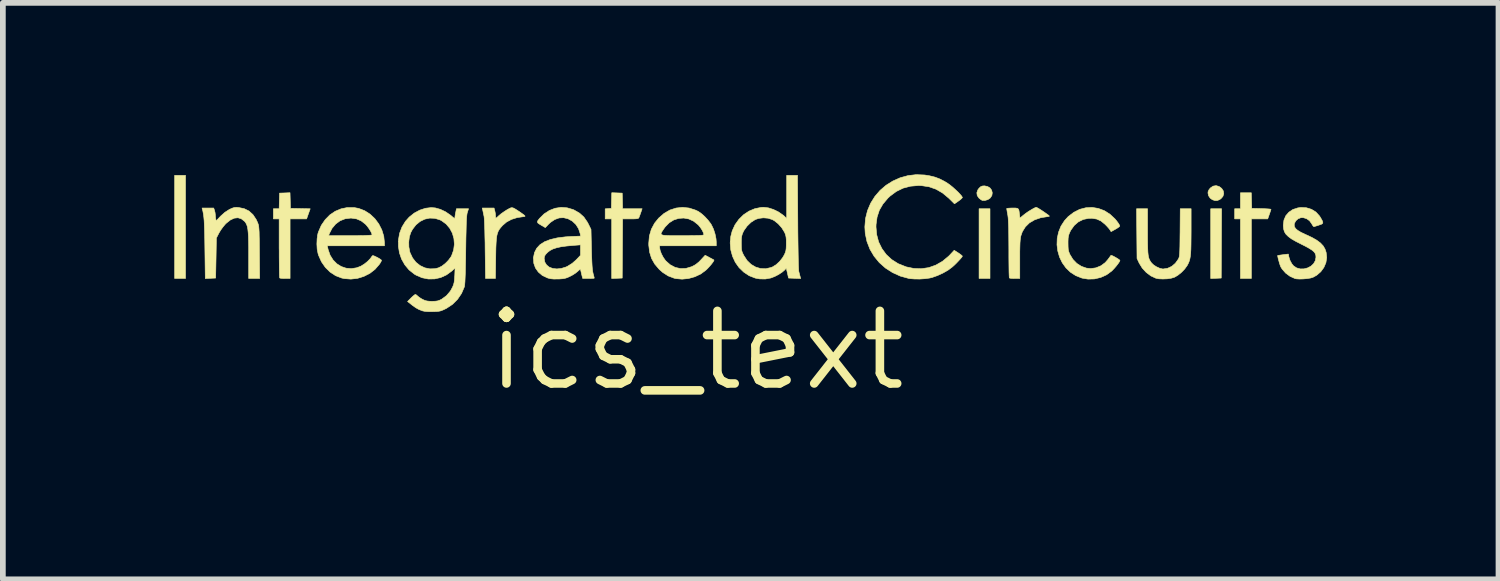
<source format=kicad_pcb>
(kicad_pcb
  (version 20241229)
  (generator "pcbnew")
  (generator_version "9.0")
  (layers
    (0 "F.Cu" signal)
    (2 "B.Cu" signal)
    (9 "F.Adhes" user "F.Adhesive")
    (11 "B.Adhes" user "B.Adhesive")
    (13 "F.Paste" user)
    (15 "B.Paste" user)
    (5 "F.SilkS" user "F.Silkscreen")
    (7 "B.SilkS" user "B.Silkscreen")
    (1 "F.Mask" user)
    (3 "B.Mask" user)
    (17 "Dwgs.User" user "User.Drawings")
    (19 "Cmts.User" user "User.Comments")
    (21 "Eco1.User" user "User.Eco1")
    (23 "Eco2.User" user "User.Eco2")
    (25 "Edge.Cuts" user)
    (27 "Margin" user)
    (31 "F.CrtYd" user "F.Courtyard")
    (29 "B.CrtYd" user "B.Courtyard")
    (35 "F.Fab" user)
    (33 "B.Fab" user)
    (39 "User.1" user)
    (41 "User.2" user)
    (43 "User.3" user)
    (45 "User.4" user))
  (footprint "ics_text"
    (layer "F.Cu")
    (at 9.136 3.078)
    (property "Reference" "ics_text" (at 0 0 0) (layer "F.SilkS") (effects (font (size 1.27 1.27) (thickness 0.15))))
    (attr through_hole)
    (fp_poly (pts (xy -8.941 -1.257) (xy -9.131 -1.257) (xy -9.131 -3.061) (xy -8.941 -3.061) (xy -8.941 -1.257)) (stroke (width 0.01) (type solid)) (fill yes) (layer "F.SilkS"))
    (fp_poly (pts (xy 5.131 -1.257) (xy 4.94 -1.257) (xy 4.94 -2.477) (xy 5.131 -2.477) (xy 5.131 -1.257)) (stroke (width 0.01) (type solid)) (fill yes) (layer "F.SilkS"))
    (fp_poly (pts (xy 9.176 -1.264) (xy 8.992 -1.256) (xy 8.992 -2.477) (xy 9.182 -2.477) (xy 9.176 -1.264)) (stroke (width 0.01) (type solid)) (fill yes) (layer "F.SilkS"))
    (fp_poly (pts (xy 9.139 -2.866) (xy 9.184 -2.832) (xy 9.213 -2.787) (xy 9.22 -2.739) (xy 9.205 -2.692) (xy 9.17 -2.652) (xy 9.144 -2.635) (xy 9.103 -2.619) (xy 9.064 -2.62) (xy 9.02 -2.635) (xy 8.982 -2.663) (xy 8.954 -2.705) (xy 8.944 -2.752) (xy 8.946 -2.775) (xy 8.961 -2.808) (xy 8.985 -2.839) (xy 9.033 -2.872) (xy 9.086 -2.881) (xy 9.139 -2.866)) (stroke (width 0.01) (type solid)) (fill yes) (layer "F.SilkS"))
    (fp_poly (pts (xy 9.709 -2.483) (xy 9.877 -2.479) (xy 9.939 -2.477) (xy 9.991 -2.474) (xy 10.028 -2.471) (xy 10.045 -2.467) (xy 10.046 -2.467) (xy 10.042 -2.451) (xy 10.031 -2.418) (xy 10.017 -2.378) (xy 9.989 -2.299) (xy 9.703 -2.299) (xy 9.703 -1.257) (xy 9.512 -1.257) (xy 9.512 -2.299) (xy 9.411 -2.299) (xy 9.411 -2.477) (xy 9.512 -2.477) (xy 9.512 -2.756) (xy 9.702 -2.756) (xy 9.709 -2.483)) (stroke (width 0.01) (type solid)) (fill yes) (layer "F.SilkS"))
    (fp_poly (pts (xy -1.302 -2.75) (xy -1.298 -2.613) (xy -1.295 -2.477) (xy -0.954 -2.477) (xy -0.977 -2.41) (xy -0.992 -2.368) (xy -1.005 -2.334) (xy -1.01 -2.321) (xy -1.017 -2.311) (xy -1.032 -2.305) (xy -1.058 -2.301) (xy -1.102 -2.299) (xy -1.157 -2.299) (xy -1.295 -2.299) (xy -1.302 -1.264) (xy -1.486 -1.256) (xy -1.486 -2.299) (xy -1.6 -2.299) (xy -1.6 -2.475) (xy -1.492 -2.483) (xy -1.485 -2.757) (xy -1.302 -2.75)) (stroke (width 0.01) (type solid)) (fill yes) (layer "F.SilkS"))
    (fp_poly (pts (xy 5.088 -2.866) (xy 5.131 -2.84) (xy 5.16 -2.801) (xy 5.171 -2.755) (xy 5.164 -2.708) (xy 5.135 -2.665) (xy 5.133 -2.663) (xy 5.093 -2.636) (xy 5.045 -2.622) (xy 5.002 -2.621) (xy 4.991 -2.625) (xy 4.969 -2.638) (xy 4.941 -2.661) (xy 4.937 -2.665) (xy 4.908 -2.707) (xy 4.901 -2.756) (xy 4.918 -2.806) (xy 4.939 -2.835) (xy 4.968 -2.862) (xy 4.997 -2.874) (xy 5.034 -2.877) (xy 5.088 -2.866)) (stroke (width 0.01) (type solid)) (fill yes) (layer "F.SilkS"))
    (fp_poly (pts (xy -7.109 -2.62) (xy -7.106 -2.483) (xy -6.76 -2.476) (xy -6.792 -2.387) (xy -6.823 -2.299) (xy -7.112 -2.299) (xy -7.112 -1.257) (xy -7.199 -1.257) (xy -7.244 -1.258) (xy -7.278 -1.261) (xy -7.294 -1.266) (xy -7.294 -1.266) (xy -7.296 -1.28) (xy -7.298 -1.317) (xy -7.299 -1.373) (xy -7.3 -1.447) (xy -7.301 -1.536) (xy -7.302 -1.636) (xy -7.302 -1.745) (xy -7.303 -1.786) (xy -7.303 -2.299) (xy -7.404 -2.299) (xy -7.404 -2.477) (xy -7.303 -2.477) (xy -7.296 -2.75) (xy -7.205 -2.753) (xy -7.113 -2.757) (xy -7.109 -2.62)) (stroke (width 0.01) (type solid)) (fill yes) (layer "F.SilkS"))
    (fp_poly (pts (xy -3.202 -2.488) (xy -3.168 -2.469) (xy -3.12 -2.438) (xy -3.097 -2.423) (xy -3.048 -2.388) (xy -3.017 -2.365) (xy -3.003 -2.351) (xy -3.002 -2.344) (xy -3.014 -2.34) (xy -3.018 -2.34) (xy -3.139 -2.322) (xy -3.241 -2.29) (xy -3.326 -2.244) (xy -3.397 -2.183) (xy -3.4 -2.179) (xy -3.429 -2.146) (xy -3.453 -2.115) (xy -3.471 -2.083) (xy -3.485 -2.046) (xy -3.496 -2.002) (xy -3.503 -1.947) (xy -3.508 -1.877) (xy -3.512 -1.791) (xy -3.514 -1.684) (xy -3.515 -1.616) (xy -3.52 -1.257) (xy -3.693 -1.257) (xy -3.7 -1.768) (xy -3.701 -1.883) (xy -3.704 -1.991) (xy -3.706 -2.091) (xy -3.709 -2.179) (xy -3.712 -2.251) (xy -3.715 -2.305) (xy -3.718 -2.338) (xy -3.719 -2.343) (xy -3.729 -2.39) (xy -3.738 -2.434) (xy -3.741 -2.448) (xy -3.75 -2.489) (xy -3.544 -2.489) (xy -3.531 -2.442) (xy -3.522 -2.398) (xy -3.518 -2.355) (xy -3.518 -2.353) (xy -3.516 -2.325) (xy -3.513 -2.312) (xy -3.512 -2.311) (xy -3.501 -2.319) (xy -3.477 -2.339) (xy -3.465 -2.351) (xy -3.425 -2.385) (xy -3.376 -2.42) (xy -3.326 -2.453) (xy -3.28 -2.479) (xy -3.247 -2.494) (xy -3.245 -2.494) (xy -3.226 -2.495) (xy -3.202 -2.488)) (stroke (width 0.01) (type solid)) (fill yes) (layer "F.SilkS"))
    (fp_poly (pts (xy 7.887 -2.078) (xy 7.887 -1.957) (xy 7.888 -1.859) (xy 7.89 -1.78) (xy 7.893 -1.717) (xy 7.898 -1.668) (xy 7.905 -1.629) (xy 7.915 -1.598) (xy 7.928 -1.571) (xy 7.944 -1.546) (xy 7.958 -1.527) (xy 7.996 -1.491) (xy 8.047 -1.459) (xy 8.103 -1.434) (xy 8.153 -1.423) (xy 8.16 -1.423) (xy 8.237 -1.435) (xy 8.311 -1.469) (xy 8.374 -1.523) (xy 8.424 -1.593) (xy 8.432 -1.608) (xy 8.438 -1.624) (xy 8.443 -1.644) (xy 8.446 -1.67) (xy 8.449 -1.706) (xy 8.451 -1.755) (xy 8.453 -1.818) (xy 8.454 -1.9) (xy 8.455 -2.003) (xy 8.456 -2.061) (xy 8.459 -2.477) (xy 8.649 -2.477) (xy 8.649 -2.079) (xy 8.648 -1.953) (xy 8.647 -1.849) (xy 8.645 -1.765) (xy 8.641 -1.697) (xy 8.635 -1.642) (xy 8.627 -1.597) (xy 8.616 -1.559) (xy 8.602 -1.525) (xy 8.585 -1.492) (xy 8.578 -1.48) (xy 8.536 -1.422) (xy 8.48 -1.364) (xy 8.418 -1.314) (xy 8.359 -1.279) (xy 8.359 -1.279) (xy 8.303 -1.262) (xy 8.232 -1.251) (xy 8.155 -1.248) (xy 8.084 -1.251) (xy 8.031 -1.262) (xy 7.945 -1.302) (xy 7.864 -1.363) (xy 7.794 -1.439) (xy 7.74 -1.527) (xy 7.737 -1.534) (xy 7.703 -1.607) (xy 7.695 -2.477) (xy 7.887 -2.477) (xy 7.887 -2.078)) (stroke (width 0.01) (type solid)) (fill yes) (layer "F.SilkS"))
    (fp_poly (pts (xy 5.956 -2.495) (xy 5.988 -2.477) (xy 6.032 -2.449) (xy 6.071 -2.423) (xy 6.121 -2.388) (xy 6.153 -2.365) (xy 6.168 -2.351) (xy 6.168 -2.344) (xy 6.157 -2.341) (xy 6.145 -2.34) (xy 6.02 -2.32) (xy 5.912 -2.283) (xy 5.821 -2.23) (xy 5.75 -2.16) (xy 5.697 -2.075) (xy 5.671 -2.001) (xy 5.665 -1.97) (xy 5.66 -1.93) (xy 5.656 -1.879) (xy 5.654 -1.814) (xy 5.652 -1.73) (xy 5.652 -1.625) (xy 5.652 -1.591) (xy 5.652 -1.257) (xy 5.565 -1.257) (xy 5.52 -1.258) (xy 5.486 -1.261) (xy 5.469 -1.266) (xy 5.469 -1.266) (xy 5.468 -1.28) (xy 5.466 -1.317) (xy 5.464 -1.373) (xy 5.463 -1.447) (xy 5.462 -1.535) (xy 5.461 -1.634) (xy 5.461 -1.743) (xy 5.461 -1.771) (xy 5.46 -1.911) (xy 5.459 -2.028) (xy 5.458 -2.125) (xy 5.455 -2.204) (xy 5.452 -2.267) (xy 5.449 -2.317) (xy 5.444 -2.356) (xy 5.442 -2.369) (xy 5.433 -2.417) (xy 5.427 -2.455) (xy 5.423 -2.477) (xy 5.423 -2.48) (xy 5.435 -2.484) (xy 5.466 -2.487) (xy 5.51 -2.489) (xy 5.523 -2.489) (xy 5.576 -2.489) (xy 5.61 -2.484) (xy 5.629 -2.47) (xy 5.639 -2.441) (xy 5.645 -2.394) (xy 5.647 -2.381) (xy 5.655 -2.313) (xy 5.713 -2.362) (xy 5.754 -2.394) (xy 5.801 -2.427) (xy 5.85 -2.457) (xy 5.893 -2.482) (xy 5.926 -2.498) (xy 5.939 -2.502) (xy 5.956 -2.495)) (stroke (width 0.01) (type solid)) (fill yes) (layer "F.SilkS"))
    (fp_poly (pts (xy -8.012 -2.498) (xy -7.915 -2.478) (xy -7.831 -2.437) (xy -7.761 -2.373) (xy -7.705 -2.289) (xy -7.682 -2.239) (xy -7.674 -2.219) (xy -7.667 -2.199) (xy -7.662 -2.177) (xy -7.659 -2.15) (xy -7.656 -2.114) (xy -7.653 -2.068) (xy -7.652 -2.007) (xy -7.65 -1.93) (xy -7.649 -1.833) (xy -7.648 -1.714) (xy -7.648 -1.711) (xy -7.644 -1.257) (xy -7.836 -1.257) (xy -7.836 -1.666) (xy -7.836 -1.797) (xy -7.838 -1.905) (xy -7.84 -1.993) (xy -7.845 -2.063) (xy -7.851 -2.119) (xy -7.859 -2.163) (xy -7.871 -2.198) (xy -7.885 -2.226) (xy -7.902 -2.25) (xy -7.912 -2.26) (xy -7.965 -2.301) (xy -8.024 -2.319) (xy -8.088 -2.312) (xy -8.155 -2.281) (xy -8.224 -2.227) (xy -8.243 -2.209) (xy -8.285 -2.159) (xy -8.327 -2.101) (xy -8.357 -2.05) (xy -8.401 -1.964) (xy -8.407 -1.614) (xy -8.414 -1.264) (xy -8.504 -1.26) (xy -8.595 -1.256) (xy -8.602 -1.774) (xy -8.604 -1.913) (xy -8.606 -2.028) (xy -8.609 -2.124) (xy -8.612 -2.203) (xy -8.615 -2.268) (xy -8.62 -2.322) (xy -8.625 -2.366) (xy -8.632 -2.406) (xy -8.639 -2.442) (xy -8.643 -2.454) (xy -8.651 -2.489) (xy -8.448 -2.489) (xy -8.434 -2.449) (xy -8.424 -2.409) (xy -8.42 -2.375) (xy -8.417 -2.335) (xy -8.413 -2.303) (xy -8.405 -2.265) (xy -8.328 -2.346) (xy -8.252 -2.414) (xy -8.174 -2.464) (xy -8.17 -2.466) (xy -8.123 -2.487) (xy -8.088 -2.498) (xy -8.051 -2.501) (xy -8.012 -2.498)) (stroke (width 0.01) (type solid)) (fill yes) (layer "F.SilkS"))
    (fp_poly (pts (xy 7.026 -2.482) (xy 7.131 -2.443) (xy 7.229 -2.381) (xy 7.319 -2.297) (xy 7.347 -2.263) (xy 7.375 -2.225) (xy 7.394 -2.194) (xy 7.401 -2.175) (xy 7.401 -2.174) (xy 7.389 -2.16) (xy 7.36 -2.139) (xy 7.323 -2.117) (xy 7.249 -2.076) (xy 7.229 -2.108) (xy 7.21 -2.133) (xy 7.179 -2.168) (xy 7.143 -2.205) (xy 7.073 -2.262) (xy 6.999 -2.296) (xy 6.916 -2.31) (xy 6.859 -2.309) (xy 6.764 -2.29) (xy 6.678 -2.248) (xy 6.605 -2.185) (xy 6.546 -2.103) (xy 6.53 -2.072) (xy 6.514 -2.034) (xy 6.504 -2) (xy 6.498 -1.96) (xy 6.496 -1.907) (xy 6.496 -1.873) (xy 6.497 -1.811) (xy 6.5 -1.765) (xy 6.508 -1.729) (xy 6.521 -1.694) (xy 6.53 -1.675) (xy 6.582 -1.59) (xy 6.65 -1.52) (xy 6.73 -1.469) (xy 6.818 -1.438) (xy 6.892 -1.43) (xy 6.984 -1.443) (xy 7.07 -1.478) (xy 7.146 -1.534) (xy 7.191 -1.585) (xy 7.218 -1.621) (xy 7.238 -1.649) (xy 7.247 -1.661) (xy 7.247 -1.661) (xy 7.259 -1.66) (xy 7.286 -1.648) (xy 7.32 -1.63) (xy 7.356 -1.609) (xy 7.385 -1.59) (xy 7.402 -1.576) (xy 7.404 -1.573) (xy 7.396 -1.552) (xy 7.374 -1.519) (xy 7.343 -1.478) (xy 7.307 -1.436) (xy 7.27 -1.397) (xy 7.26 -1.387) (xy 7.17 -1.321) (xy 7.068 -1.275) (xy 6.958 -1.249) (xy 6.846 -1.246) (xy 6.742 -1.263) (xy 6.634 -1.305) (xy 6.539 -1.366) (xy 6.46 -1.442) (xy 6.396 -1.531) (xy 6.348 -1.63) (xy 6.317 -1.737) (xy 6.303 -1.847) (xy 6.307 -1.958) (xy 6.331 -2.068) (xy 6.373 -2.173) (xy 6.436 -2.27) (xy 6.5 -2.34) (xy 6.597 -2.414) (xy 6.7 -2.466) (xy 6.808 -2.494) (xy 6.918 -2.5) (xy 7.026 -2.482)) (stroke (width 0.01) (type solid)) (fill yes) (layer "F.SilkS"))
    (fp_poly (pts (xy -5.995 -2.498) (xy -5.911 -2.482) (xy -5.807 -2.442) (xy -5.713 -2.382) (xy -5.629 -2.303) (xy -5.56 -2.21) (xy -5.507 -2.106) (xy -5.473 -1.995) (xy -5.461 -1.88) (xy -5.461 -1.878) (xy -5.461 -1.829) (xy -6.462 -1.829) (xy -6.446 -1.762) (xy -6.412 -1.664) (xy -6.36 -1.581) (xy -6.294 -1.514) (xy -6.217 -1.466) (xy -6.132 -1.437) (xy -6.041 -1.429) (xy -5.947 -1.444) (xy -5.876 -1.471) (xy -5.815 -1.508) (xy -5.756 -1.555) (xy -5.707 -1.606) (xy -5.681 -1.643) (xy -5.673 -1.654) (xy -5.66 -1.657) (xy -5.639 -1.65) (xy -5.601 -1.632) (xy -5.59 -1.627) (xy -5.551 -1.605) (xy -5.523 -1.586) (xy -5.512 -1.574) (xy -5.512 -1.574) (xy -5.519 -1.556) (xy -5.536 -1.526) (xy -5.55 -1.505) (xy -5.625 -1.418) (xy -5.716 -1.347) (xy -5.82 -1.294) (xy -5.932 -1.259) (xy -6.048 -1.246) (xy -6.164 -1.255) (xy -6.21 -1.265) (xy -6.316 -1.306) (xy -6.412 -1.369) (xy -6.495 -1.451) (xy -6.563 -1.549) (xy -6.613 -1.661) (xy -6.622 -1.689) (xy -6.638 -1.768) (xy -6.643 -1.86) (xy -6.639 -1.953) (xy -6.631 -2.007) (xy -6.439 -2.007) (xy -6.058 -2.007) (xy -5.932 -2.007) (xy -5.831 -2.008) (xy -5.755 -2.011) (xy -5.705 -2.014) (xy -5.68 -2.018) (xy -5.677 -2.02) (xy -5.685 -2.048) (xy -5.705 -2.088) (xy -5.734 -2.133) (xy -5.766 -2.176) (xy -5.793 -2.206) (xy -5.869 -2.265) (xy -5.951 -2.3) (xy -6.043 -2.313) (xy -6.052 -2.313) (xy -6.149 -2.301) (xy -6.238 -2.266) (xy -6.314 -2.21) (xy -6.378 -2.134) (xy -6.419 -2.054) (xy -6.439 -2.007) (xy -6.631 -2.007) (xy -6.626 -2.038) (xy -6.616 -2.071) (xy -6.566 -2.186) (xy -6.498 -2.285) (xy -6.417 -2.368) (xy -6.323 -2.432) (xy -6.22 -2.475) (xy -6.11 -2.498) (xy -5.995 -2.498)) (stroke (width 0.01) (type solid)) (fill yes) (layer "F.SilkS"))
    (fp_poly (pts (xy 3.988 -3.067) (xy 4.074 -3.053) (xy 4.168 -3.03) (xy 4.252 -2.998) (xy 4.336 -2.955) (xy 4.388 -2.923) (xy 4.429 -2.894) (xy 4.475 -2.857) (xy 4.523 -2.814) (xy 4.569 -2.771) (xy 4.607 -2.731) (xy 4.635 -2.698) (xy 4.648 -2.676) (xy 4.648 -2.674) (xy 4.638 -2.659) (xy 4.613 -2.636) (xy 4.579 -2.611) (xy 4.51 -2.563) (xy 4.412 -2.66) (xy 4.303 -2.751) (xy 4.188 -2.818) (xy 4.065 -2.861) (xy 3.932 -2.881) (xy 3.88 -2.883) (xy 3.74 -2.871) (xy 3.611 -2.837) (xy 3.492 -2.779) (xy 3.383 -2.698) (xy 3.345 -2.662) (xy 3.258 -2.559) (xy 3.195 -2.45) (xy 3.156 -2.331) (xy 3.138 -2.2) (xy 3.137 -2.158) (xy 3.149 -2.023) (xy 3.183 -1.896) (xy 3.24 -1.78) (xy 3.316 -1.676) (xy 3.411 -1.588) (xy 3.523 -1.517) (xy 3.532 -1.513) (xy 3.665 -1.46) (xy 3.799 -1.432) (xy 3.932 -1.428) (xy 4.061 -1.447) (xy 4.184 -1.491) (xy 4.3 -1.557) (xy 4.407 -1.646) (xy 4.426 -1.665) (xy 4.505 -1.75) (xy 4.577 -1.704) (xy 4.613 -1.679) (xy 4.638 -1.659) (xy 4.648 -1.648) (xy 4.64 -1.632) (xy 4.617 -1.604) (xy 4.583 -1.567) (xy 4.544 -1.526) (xy 4.503 -1.486) (xy 4.47 -1.457) (xy 4.398 -1.403) (xy 4.309 -1.352) (xy 4.213 -1.308) (xy 4.12 -1.275) (xy 4.074 -1.264) (xy 3.993 -1.253) (xy 3.903 -1.247) (xy 3.812 -1.248) (xy 3.733 -1.254) (xy 3.709 -1.258) (xy 3.561 -1.299) (xy 3.425 -1.361) (xy 3.302 -1.44) (xy 3.194 -1.536) (xy 3.103 -1.647) (xy 3.031 -1.769) (xy 2.979 -1.903) (xy 2.949 -2.044) (xy 2.942 -2.159) (xy 2.954 -2.306) (xy 2.989 -2.445) (xy 3.044 -2.574) (xy 3.118 -2.692) (xy 3.208 -2.797) (xy 3.313 -2.887) (xy 3.431 -2.961) (xy 3.559 -3.018) (xy 3.696 -3.056) (xy 3.84 -3.073) (xy 3.988 -3.067)) (stroke (width 0.01) (type solid)) (fill yes) (layer "F.SilkS"))
    (fp_poly (pts (xy -0.133 -2.489) (xy -0.021 -2.453) (xy 0.028 -2.43) (xy 0.082 -2.392) (xy 0.142 -2.339) (xy 0.199 -2.277) (xy 0.247 -2.214) (xy 0.26 -2.192) (xy 0.295 -2.119) (xy 0.322 -2.034) (xy 0.339 -1.95) (xy 0.343 -1.896) (xy 0.343 -1.829) (xy -0.648 -1.829) (xy -0.648 -1.798) (xy -0.639 -1.748) (xy -0.617 -1.688) (xy -0.585 -1.627) (xy -0.546 -1.572) (xy -0.538 -1.563) (xy -0.462 -1.496) (xy -0.376 -1.451) (xy -0.284 -1.43) (xy -0.188 -1.433) (xy -0.091 -1.462) (xy -0.078 -1.467) (xy -0.018 -1.5) (xy 0.038 -1.545) (xy 0.075 -1.583) (xy 0.149 -1.663) (xy 0.224 -1.623) (xy 0.262 -1.603) (xy 0.291 -1.587) (xy 0.303 -1.58) (xy 0.3 -1.567) (xy 0.284 -1.541) (xy 0.258 -1.507) (xy 0.225 -1.468) (xy 0.191 -1.431) (xy 0.162 -1.403) (xy 0.072 -1.336) (xy -0.032 -1.287) (xy -0.143 -1.256) (xy -0.255 -1.245) (xy -0.364 -1.255) (xy -0.394 -1.262) (xy -0.499 -1.302) (xy -0.594 -1.363) (xy -0.654 -1.416) (xy -0.733 -1.509) (xy -0.789 -1.608) (xy -0.823 -1.717) (xy -0.838 -1.84) (xy -0.838 -1.874) (xy -0.827 -2.001) (xy -0.813 -2.047) (xy -0.622 -2.047) (xy -0.621 -2.032) (xy -0.608 -2.021) (xy -0.581 -2.013) (xy -0.538 -2.009) (xy -0.476 -2.007) (xy -0.394 -2.007) (xy -0.289 -2.007) (xy -0.248 -2.007) (xy -0.135 -2.007) (xy -0.046 -2.008) (xy 0.022 -2.009) (xy 0.071 -2.011) (xy 0.103 -2.014) (xy 0.121 -2.018) (xy 0.127 -2.022) (xy 0.127 -2.022) (xy 0.118 -2.057) (xy 0.096 -2.102) (xy 0.065 -2.15) (xy 0.03 -2.192) (xy 0.025 -2.197) (xy -0.053 -2.259) (xy -0.137 -2.298) (xy -0.226 -2.314) (xy -0.314 -2.308) (xy -0.4 -2.281) (xy -0.479 -2.232) (xy -0.549 -2.161) (xy -0.572 -2.13) (xy -0.595 -2.096) (xy -0.612 -2.069) (xy -0.622 -2.047) (xy -0.813 -2.047) (xy -0.793 -2.117) (xy -0.736 -2.224) (xy -0.663 -2.314) (xy -0.57 -2.395) (xy -0.468 -2.454) (xy -0.359 -2.489) (xy -0.247 -2.501) (xy -0.133 -2.489)) (stroke (width 0.01) (type solid)) (fill yes) (layer "F.SilkS"))
    (fp_poly (pts (xy 1.769 -2.245) (xy 1.77 -2.082) (xy 1.772 -1.933) (xy 1.774 -1.797) (xy 1.776 -1.677) (xy 1.778 -1.575) (xy 1.78 -1.492) (xy 1.783 -1.43) (xy 1.785 -1.391) (xy 1.787 -1.378) (xy 1.798 -1.335) (xy 1.808 -1.297) (xy 1.81 -1.292) (xy 1.819 -1.256) (xy 1.607 -1.264) (xy 1.588 -1.35) (xy 1.568 -1.437) (xy 1.537 -1.403) (xy 1.492 -1.365) (xy 1.432 -1.326) (xy 1.366 -1.292) (xy 1.302 -1.267) (xy 1.296 -1.265) (xy 1.203 -1.248) (xy 1.105 -1.249) (xy 1.027 -1.263) (xy 0.919 -1.305) (xy 0.824 -1.368) (xy 0.742 -1.447) (xy 0.676 -1.54) (xy 0.628 -1.644) (xy 0.597 -1.756) (xy 0.587 -1.872) (xy 0.781 -1.872) (xy 0.782 -1.812) (xy 0.784 -1.769) (xy 0.791 -1.735) (xy 0.803 -1.703) (xy 0.823 -1.662) (xy 0.826 -1.657) (xy 0.882 -1.571) (xy 0.951 -1.504) (xy 1.031 -1.457) (xy 1.117 -1.431) (xy 1.207 -1.427) (xy 1.298 -1.448) (xy 1.325 -1.458) (xy 1.389 -1.497) (xy 1.451 -1.554) (xy 1.504 -1.621) (xy 1.535 -1.674) (xy 1.551 -1.712) (xy 1.561 -1.746) (xy 1.566 -1.786) (xy 1.568 -1.838) (xy 1.568 -1.873) (xy 1.568 -1.935) (xy 1.564 -1.979) (xy 1.557 -2.014) (xy 1.545 -2.048) (xy 1.534 -2.071) (xy 1.487 -2.146) (xy 1.426 -2.214) (xy 1.358 -2.268) (xy 1.324 -2.287) (xy 1.25 -2.311) (xy 1.167 -2.318) (xy 1.086 -2.308) (xy 1.026 -2.288) (xy 0.951 -2.24) (xy 0.883 -2.174) (xy 0.829 -2.099) (xy 0.815 -2.073) (xy 0.799 -2.035) (xy 0.789 -2.001) (xy 0.783 -1.962) (xy 0.781 -1.91) (xy 0.781 -1.872) (xy 0.587 -1.872) (xy 0.586 -1.873) (xy 0.597 -1.993) (xy 0.622 -2.089) (xy 0.671 -2.196) (xy 0.739 -2.291) (xy 0.821 -2.372) (xy 0.916 -2.435) (xy 1.019 -2.478) (xy 1.128 -2.5) (xy 1.171 -2.502) (xy 1.254 -2.492) (xy 1.342 -2.464) (xy 1.429 -2.422) (xy 1.507 -2.368) (xy 1.534 -2.346) (xy 1.575 -2.306) (xy 1.575 -3.061) (xy 1.764 -3.061) (xy 1.769 -2.245)) (stroke (width 0.01) (type solid)) (fill yes) (layer "F.SilkS"))
    (fp_poly (pts (xy 10.665 -2.494) (xy 10.754 -2.467) (xy 10.832 -2.419) (xy 10.895 -2.35) (xy 10.914 -2.32) (xy 10.941 -2.272) (xy 10.953 -2.241) (xy 10.949 -2.22) (xy 10.929 -2.206) (xy 10.891 -2.193) (xy 10.887 -2.191) (xy 10.846 -2.178) (xy 10.813 -2.168) (xy 10.8 -2.163) (xy 10.786 -2.17) (xy 10.769 -2.195) (xy 10.758 -2.215) (xy 10.72 -2.267) (xy 10.669 -2.303) (xy 10.61 -2.321) (xy 10.569 -2.32) (xy 10.52 -2.301) (xy 10.481 -2.266) (xy 10.457 -2.222) (xy 10.452 -2.193) (xy 10.458 -2.159) (xy 10.478 -2.129) (xy 10.514 -2.098) (xy 10.569 -2.065) (xy 10.646 -2.028) (xy 10.656 -2.024) (xy 10.763 -1.974) (xy 10.847 -1.926) (xy 10.912 -1.877) (xy 10.959 -1.827) (xy 10.991 -1.772) (xy 11.011 -1.713) (xy 11.021 -1.622) (xy 11.007 -1.533) (xy 10.971 -1.449) (xy 10.917 -1.375) (xy 10.845 -1.313) (xy 10.784 -1.279) (xy 10.74 -1.265) (xy 10.681 -1.255) (xy 10.614 -1.249) (xy 10.55 -1.247) (xy 10.494 -1.25) (xy 10.465 -1.256) (xy 10.379 -1.295) (xy 10.302 -1.352) (xy 10.241 -1.422) (xy 10.218 -1.459) (xy 10.208 -1.484) (xy 10.195 -1.522) (xy 10.183 -1.566) (xy 10.172 -1.607) (xy 10.165 -1.64) (xy 10.163 -1.658) (xy 10.164 -1.659) (xy 10.177 -1.661) (xy 10.208 -1.666) (xy 10.252 -1.672) (xy 10.258 -1.673) (xy 10.35 -1.684) (xy 10.358 -1.639) (xy 10.378 -1.575) (xy 10.41 -1.515) (xy 10.441 -1.477) (xy 10.496 -1.441) (xy 10.559 -1.424) (xy 10.624 -1.425) (xy 10.688 -1.442) (xy 10.745 -1.472) (xy 10.791 -1.515) (xy 10.822 -1.569) (xy 10.833 -1.629) (xy 10.83 -1.665) (xy 10.818 -1.697) (xy 10.796 -1.726) (xy 10.759 -1.756) (xy 10.706 -1.789) (xy 10.634 -1.828) (xy 10.582 -1.854) (xy 10.484 -1.904) (xy 10.407 -1.948) (xy 10.35 -1.99) (xy 10.309 -2.03) (xy 10.282 -2.073) (xy 10.268 -2.12) (xy 10.262 -2.175) (xy 10.262 -2.193) (xy 10.273 -2.279) (xy 10.306 -2.355) (xy 10.359 -2.416) (xy 10.428 -2.463) (xy 10.513 -2.491) (xy 10.568 -2.499) (xy 10.665 -2.494)) (stroke (width 0.01) (type solid)) (fill yes) (layer "F.SilkS"))
    (fp_poly (pts (xy -2.266 -2.493) (xy -2.161 -2.462) (xy -2.143 -2.454) (xy -2.048 -2.399) (xy -1.973 -2.331) (xy -1.913 -2.244) (xy -1.895 -2.211) (xy -1.848 -2.115) (xy -1.84 -1.765) (xy -1.837 -1.648) (xy -1.833 -1.552) (xy -1.829 -1.477) (xy -1.824 -1.419) (xy -1.818 -1.375) (xy -1.811 -1.343) (xy -1.811 -1.342) (xy -1.8 -1.302) (xy -1.793 -1.273) (xy -1.791 -1.263) (xy -1.802 -1.26) (xy -1.833 -1.258) (xy -1.878 -1.257) (xy -1.892 -1.257) (xy -1.993 -1.257) (xy -2.006 -1.305) (xy -2.016 -1.347) (xy -2.025 -1.386) (xy -2.026 -1.389) (xy -2.033 -1.424) (xy -2.085 -1.378) (xy -2.124 -1.347) (xy -2.175 -1.315) (xy -2.221 -1.291) (xy -2.266 -1.271) (xy -2.305 -1.259) (xy -2.349 -1.252) (xy -2.405 -1.248) (xy -2.426 -1.248) (xy -2.497 -1.247) (xy -2.552 -1.252) (xy -2.598 -1.263) (xy -2.612 -1.268) (xy -2.7 -1.31) (xy -2.769 -1.369) (xy -2.82 -1.441) (xy -2.849 -1.523) (xy -2.854 -1.605) (xy -2.667 -1.605) (xy -2.656 -1.543) (xy -2.625 -1.493) (xy -2.578 -1.455) (xy -2.517 -1.432) (xy -2.446 -1.424) (xy -2.369 -1.432) (xy -2.287 -1.457) (xy -2.259 -1.47) (xy -2.176 -1.522) (xy -2.104 -1.586) (xy -2.032 -1.662) (xy -2.032 -1.845) (xy -2.149 -1.836) (xy -2.271 -1.825) (xy -2.37 -1.812) (xy -2.45 -1.794) (xy -2.514 -1.773) (xy -2.566 -1.746) (xy -2.607 -1.714) (xy -2.613 -1.708) (xy -2.645 -1.674) (xy -2.661 -1.645) (xy -2.667 -1.615) (xy -2.667 -1.605) (xy -2.854 -1.605) (xy -2.855 -1.614) (xy -2.854 -1.625) (xy -2.836 -1.711) (xy -2.798 -1.785) (xy -2.74 -1.848) (xy -2.661 -1.899) (xy -2.561 -1.938) (xy -2.438 -1.967) (xy -2.294 -1.985) (xy -2.199 -1.991) (xy -2.03 -1.998) (xy -2.038 -2.043) (xy -2.066 -2.128) (xy -2.113 -2.202) (xy -2.176 -2.261) (xy -2.251 -2.302) (xy -2.328 -2.32) (xy -2.406 -2.316) (xy -2.483 -2.288) (xy -2.557 -2.238) (xy -2.592 -2.205) (xy -2.647 -2.147) (xy -2.705 -2.18) (xy -2.751 -2.208) (xy -2.778 -2.228) (xy -2.786 -2.247) (xy -2.778 -2.269) (xy -2.755 -2.299) (xy -2.75 -2.306) (xy -2.669 -2.386) (xy -2.577 -2.446) (xy -2.477 -2.485) (xy -2.372 -2.501) (xy -2.266 -2.493)) (stroke (width 0.01) (type solid)) (fill yes) (layer "F.SilkS"))
    (fp_poly (pts (xy -4.571 -2.491) (xy -4.483 -2.466) (xy -4.392 -2.423) (xy -4.309 -2.366) (xy -4.289 -2.35) (xy -4.257 -2.322) (xy -4.238 -2.31) (xy -4.23 -2.312) (xy -4.229 -2.322) (xy -4.226 -2.35) (xy -4.22 -2.39) (xy -4.215 -2.412) (xy -4.202 -2.477) (xy -3.99 -2.477) (xy -4.01 -2.416) (xy -4.015 -2.398) (xy -4.019 -2.373) (xy -4.023 -2.339) (xy -4.026 -2.295) (xy -4.029 -2.237) (xy -4.031 -2.163) (xy -4.033 -2.072) (xy -4.036 -1.961) (xy -4.038 -1.828) (xy -4.039 -1.759) (xy -4.041 -1.602) (xy -4.044 -1.469) (xy -4.046 -1.359) (xy -4.05 -1.27) (xy -4.053 -1.202) (xy -4.057 -1.153) (xy -4.061 -1.121) (xy -4.063 -1.111) (xy -4.113 -0.995) (xy -4.183 -0.892) (xy -4.27 -0.805) (xy -4.374 -0.736) (xy -4.389 -0.728) (xy -4.436 -0.706) (xy -4.474 -0.691) (xy -4.511 -0.683) (xy -4.556 -0.679) (xy -4.615 -0.677) (xy -4.693 -0.677) (xy -4.756 -0.682) (xy -4.794 -0.69) (xy -4.857 -0.714) (xy -4.913 -0.745) (xy -4.975 -0.789) (xy -4.99 -0.801) (xy -5.057 -0.854) (xy -4.996 -0.916) (xy -4.963 -0.947) (xy -4.936 -0.969) (xy -4.921 -0.978) (xy -4.921 -0.978) (xy -4.902 -0.969) (xy -4.882 -0.951) (xy -4.857 -0.93) (xy -4.819 -0.905) (xy -4.794 -0.891) (xy -4.755 -0.873) (xy -4.717 -0.863) (xy -4.671 -0.858) (xy -4.629 -0.857) (xy -4.574 -0.859) (xy -4.534 -0.864) (xy -4.499 -0.875) (xy -4.461 -0.894) (xy -4.459 -0.895) (xy -4.376 -0.956) (xy -4.308 -1.036) (xy -4.27 -1.105) (xy -4.254 -1.144) (xy -4.243 -1.185) (xy -4.236 -1.235) (xy -4.232 -1.302) (xy -4.231 -1.308) (xy -4.226 -1.441) (xy -4.285 -1.386) (xy -4.377 -1.319) (xy -4.478 -1.273) (xy -4.585 -1.249) (xy -4.695 -1.248) (xy -4.804 -1.27) (xy -4.908 -1.315) (xy -4.938 -1.333) (xy -5.031 -1.407) (xy -5.105 -1.496) (xy -5.162 -1.597) (xy -5.199 -1.705) (xy -5.217 -1.819) (xy -5.217 -1.899) (xy -5.036 -1.899) (xy -5.034 -1.808) (xy -5.018 -1.724) (xy -5.012 -1.705) (xy -4.969 -1.615) (xy -4.91 -1.54) (xy -4.837 -1.482) (xy -4.754 -1.443) (xy -4.666 -1.425) (xy -4.574 -1.428) (xy -4.517 -1.443) (xy -4.458 -1.472) (xy -4.397 -1.519) (xy -4.341 -1.576) (xy -4.297 -1.636) (xy -4.286 -1.657) (xy -4.251 -1.755) (xy -4.238 -1.855) (xy -4.246 -1.954) (xy -4.273 -2.049) (xy -4.319 -2.135) (xy -4.382 -2.209) (xy -4.461 -2.267) (xy -4.49 -2.282) (xy -4.579 -2.309) (xy -4.669 -2.313) (xy -4.755 -2.295) (xy -4.837 -2.255) (xy -4.91 -2.195) (xy -4.971 -2.116) (xy -5.001 -2.06) (xy -5.025 -1.986) (xy -5.036 -1.899) (xy -5.217 -1.899) (xy -5.216 -1.934) (xy -5.196 -2.048) (xy -5.155 -2.156) (xy -5.094 -2.256) (xy -5.028 -2.33) (xy -4.941 -2.4) (xy -4.844 -2.452) (xy -4.744 -2.485) (xy -4.644 -2.497) (xy -4.571 -2.491)) (stroke (width 0.01) (type solid)) (fill yes) (layer "F.SilkS")))
  (gr_rect
    (start -3 -3)
    (end 23.162 7.084)
    (stroke (width 0.1) (type default))
    (fill no)
    (layer "Edge.Cuts")))
</source>
